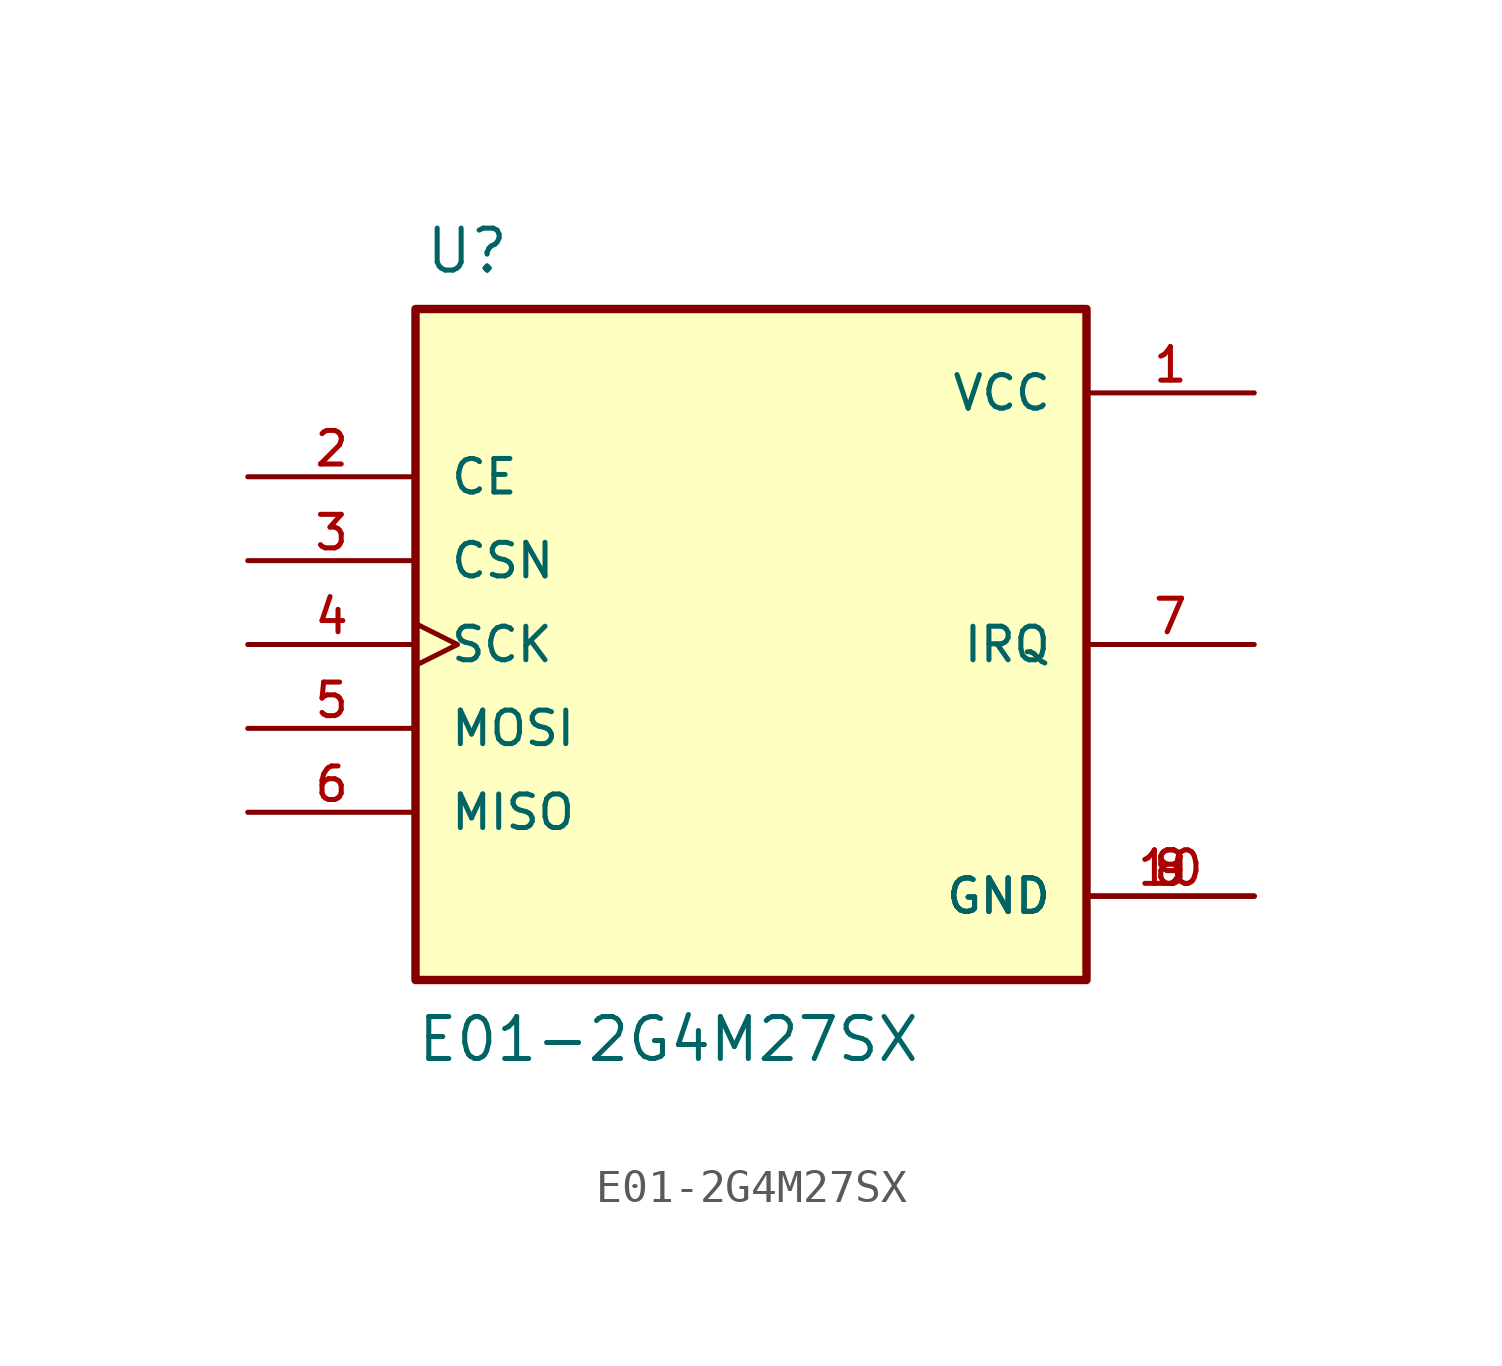
<source format=kicad_sym>
(kicad_symbol_lib
  (version 20211014)
  (generator kicad_symbol_editor)
  (symbol "E01-2G4M27SX"
    (pin_names
      (offset 1.016))
    (property "Reference" "U"
      (at -9.906 11.176 0)
      (effects (font (size 1.27 1.27)) (justify left bottom)))
    (property "Value" "E01-2G4M27SX"
      (at -10.16 -12.7 0)
      (effects (font (size 1.27 1.27)) (justify left bottom)))
    (symbol "E01-2G4M27SX_0_0"
      (rectangle (start -10.16 -10.16) (end 10.16 10.16) (stroke (width 0.254) (type default) (color 0 0 0 0)) (fill (type background)))
      (pin power_in line (at 15.24 7.62 180) (length 5.08) (name "VCC" (effects (font (size 1.016 1.016)))) (number "1" (effects (font (size 1.016 1.016)))))
      (pin power_in line (at 15.24 -7.62 180) (length 5.08) (name "GND" (effects (font (size 1.016 1.016)))) (number "10" (effects (font (size 1.016 1.016)))))
      (pin input line (at -15.24 5.08 0) (length 5.08) (name "CE" (effects (font (size 1.016 1.016)))) (number "2" (effects (font (size 1.016 1.016)))))
      (pin input line (at -15.24 2.54 0) (length 5.08) (name "CSN" (effects (font (size 1.016 1.016)))) (number "3" (effects (font (size 1.016 1.016)))))
      (pin input clock (at -15.24 0 0) (length 5.08) (name "SCK" (effects (font (size 1.016 1.016)))) (number "4" (effects (font (size 1.016 1.016)))))
      (pin input line (at -15.24 -2.54 0) (length 5.08) (name "MOSI" (effects (font (size 1.016 1.016)))) (number "5" (effects (font (size 1.016 1.016)))))
      (pin output line (at -15.24 -5.08 0) (length 5.08) (name "MISO" (effects (font (size 1.016 1.016)))) (number "6" (effects (font (size 1.016 1.016)))))
      (pin output line (at 15.24 0 180) (length 5.08) (name "IRQ" (effects (font (size 1.016 1.016)))) (number "7" (effects (font (size 1.016 1.016)))))
      (pin power_in line (at 15.24 -7.62 180) (length 5.08) (name "GND" (effects (font (size 1.016 1.016)))) (number "8" (effects (font (size 1.016 1.016)))))
      (pin power_in line (at 15.24 -7.62 180) (length 5.08) (name "GND" (effects (font (size 1.016 1.016)))) (number "9" (effects (font (size 1.016 1.016))))))))
</source>
